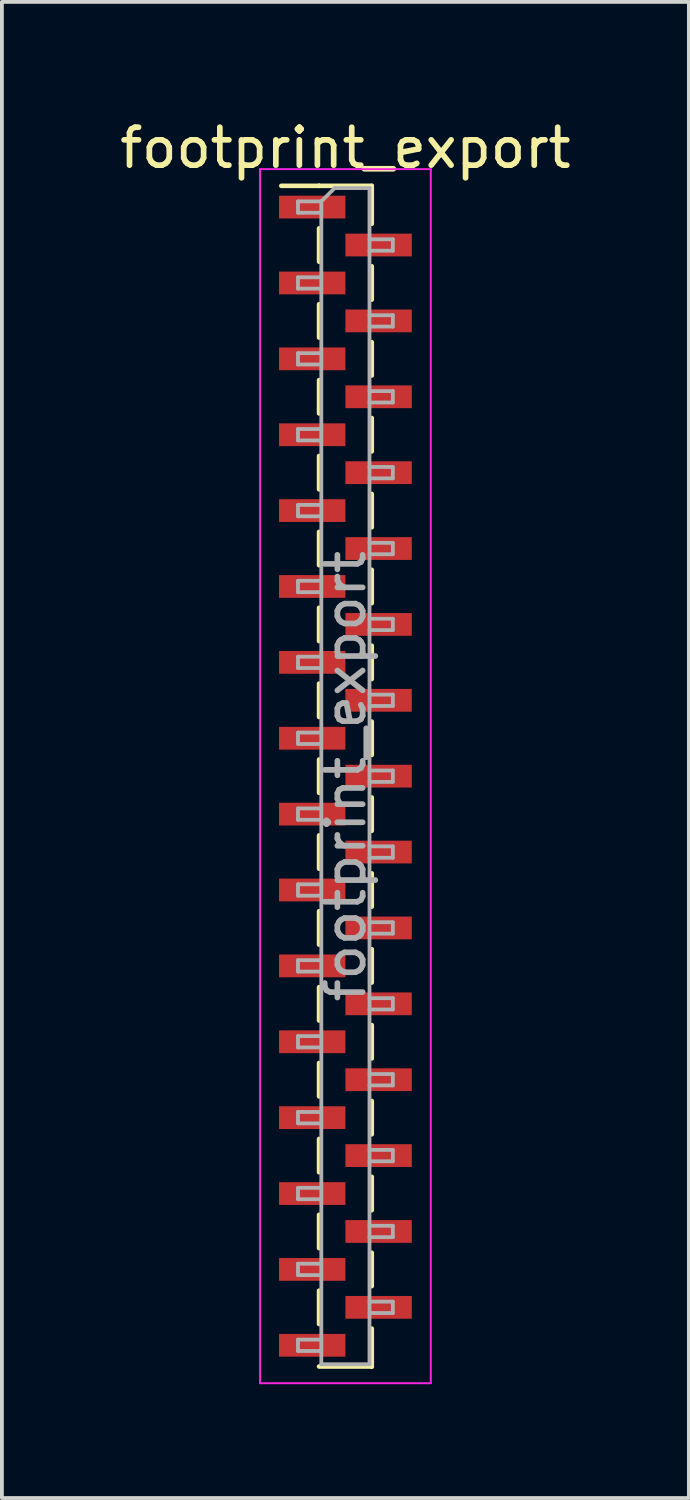
<source format=kicad_pcb>
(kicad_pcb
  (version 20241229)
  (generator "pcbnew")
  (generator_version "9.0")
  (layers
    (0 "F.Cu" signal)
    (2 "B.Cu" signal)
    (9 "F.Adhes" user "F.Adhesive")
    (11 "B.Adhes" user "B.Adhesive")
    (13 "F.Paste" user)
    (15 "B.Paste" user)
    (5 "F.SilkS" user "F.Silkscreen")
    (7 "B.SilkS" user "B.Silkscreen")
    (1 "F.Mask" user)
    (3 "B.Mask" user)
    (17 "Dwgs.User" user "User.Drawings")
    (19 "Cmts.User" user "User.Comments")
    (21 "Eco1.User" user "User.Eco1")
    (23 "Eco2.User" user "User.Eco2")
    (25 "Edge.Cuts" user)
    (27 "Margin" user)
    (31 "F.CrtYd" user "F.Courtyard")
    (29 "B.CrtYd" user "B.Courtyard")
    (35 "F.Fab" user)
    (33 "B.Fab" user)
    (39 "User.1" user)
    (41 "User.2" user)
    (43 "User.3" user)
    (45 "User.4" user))
  (footprint "footprint_export"
    (layer "F.Cu")
    (at 6.054 17.408)
    (property "Reference" "footprint_export" (at 0 -16.56 0) (layer "F.SilkS") (effects (font (size 1 1) (thickness 0.15))))
    (attr smd)
    (fp_line (start -0.695 -15.56) (end -1.69 -15.56) (stroke (width 0.12) (type solid)) (layer "F.SilkS"))
    (fp_line (start -0.695 -15.56) (end -0.695 -15.56) (stroke (width 0.12) (type solid)) (layer "F.SilkS"))
    (fp_line (start -0.695 -15.56) (end 0.695 -15.56) (stroke (width 0.12) (type solid)) (layer "F.SilkS"))
    (fp_line (start -0.695 -14.44) (end -0.695 -13.56) (stroke (width 0.12) (type solid)) (layer "F.SilkS"))
    (fp_line (start -0.695 -12.44) (end -0.695 -11.56) (stroke (width 0.12) (type solid)) (layer "F.SilkS"))
    (fp_line (start -0.695 -10.44) (end -0.695 -9.56) (stroke (width 0.12) (type solid)) (layer "F.SilkS"))
    (fp_line (start -0.695 -8.44) (end -0.695 -7.56) (stroke (width 0.12) (type solid)) (layer "F.SilkS"))
    (fp_line (start -0.695 -6.44) (end -0.695 -5.56) (stroke (width 0.12) (type solid)) (layer "F.SilkS"))
    (fp_line (start -0.695 -4.44) (end -0.695 -3.56) (stroke (width 0.12) (type solid)) (layer "F.SilkS"))
    (fp_line (start -0.695 -2.44) (end -0.695 -1.56) (stroke (width 0.12) (type solid)) (layer "F.SilkS"))
    (fp_line (start -0.695 -0.44) (end -0.695 0.44) (stroke (width 0.12) (type solid)) (layer "F.SilkS"))
    (fp_line (start -0.695 1.56) (end -0.695 2.44) (stroke (width 0.12) (type solid)) (layer "F.SilkS"))
    (fp_line (start -0.695 3.56) (end -0.695 4.44) (stroke (width 0.12) (type solid)) (layer "F.SilkS"))
    (fp_line (start -0.695 5.56) (end -0.695 6.44) (stroke (width 0.12) (type solid)) (layer "F.SilkS"))
    (fp_line (start -0.695 7.56) (end -0.695 8.44) (stroke (width 0.12) (type solid)) (layer "F.SilkS"))
    (fp_line (start -0.695 9.56) (end -0.695 10.44) (stroke (width 0.12) (type solid)) (layer "F.SilkS"))
    (fp_line (start -0.695 11.56) (end -0.695 12.44) (stroke (width 0.12) (type solid)) (layer "F.SilkS"))
    (fp_line (start -0.695 13.56) (end -0.695 14.44) (stroke (width 0.12) (type solid)) (layer "F.SilkS"))
    (fp_line (start -0.695 15.56) (end 0.695 15.56) (stroke (width 0.12) (type solid)) (layer "F.SilkS"))
    (fp_line (start 0.695 -15.56) (end 0.695 -14.56) (stroke (width 0.12) (type solid)) (layer "F.SilkS"))
    (fp_line (start 0.695 -13.44) (end 0.695 -12.56) (stroke (width 0.12) (type solid)) (layer "F.SilkS"))
    (fp_line (start 0.695 -11.44) (end 0.695 -10.56) (stroke (width 0.12) (type solid)) (layer "F.SilkS"))
    (fp_line (start 0.695 -9.44) (end 0.695 -8.56) (stroke (width 0.12) (type solid)) (layer "F.SilkS"))
    (fp_line (start 0.695 -7.44) (end 0.695 -6.56) (stroke (width 0.12) (type solid)) (layer "F.SilkS"))
    (fp_line (start 0.695 -5.44) (end 0.695 -4.56) (stroke (width 0.12) (type solid)) (layer "F.SilkS"))
    (fp_line (start 0.695 -3.44) (end 0.695 -2.56) (stroke (width 0.12) (type solid)) (layer "F.SilkS"))
    (fp_line (start 0.695 -1.44) (end 0.695 -0.56) (stroke (width 0.12) (type solid)) (layer "F.SilkS"))
    (fp_line (start 0.695 0.56) (end 0.695 1.44) (stroke (width 0.12) (type solid)) (layer "F.SilkS"))
    (fp_line (start 0.695 2.56) (end 0.695 3.44) (stroke (width 0.12) (type solid)) (layer "F.SilkS"))
    (fp_line (start 0.695 4.56) (end 0.695 5.44) (stroke (width 0.12) (type solid)) (layer "F.SilkS"))
    (fp_line (start 0.695 6.56) (end 0.695 7.44) (stroke (width 0.12) (type solid)) (layer "F.SilkS"))
    (fp_line (start 0.695 8.56) (end 0.695 9.44) (stroke (width 0.12) (type solid)) (layer "F.SilkS"))
    (fp_line (start 0.695 10.56) (end 0.695 11.44) (stroke (width 0.12) (type solid)) (layer "F.SilkS"))
    (fp_line (start 0.695 12.56) (end 0.695 13.44) (stroke (width 0.12) (type solid)) (layer "F.SilkS"))
    (fp_line (start 0.695 14.56) (end 0.695 15.56) (stroke (width 0.12) (type solid)) (layer "F.SilkS"))
    (fp_line (start 0.695 15.56) (end 0.695 15.56) (stroke (width 0.12) (type solid)) (layer "F.SilkS"))
    (fp_line (start -2.25 -16) (end -2.25 16) (stroke (width 0.05) (type solid)) (layer "F.CrtYd"))
    (fp_line (start -2.25 16) (end 2.25 16) (stroke (width 0.05) (type solid)) (layer "F.CrtYd"))
    (fp_line (start 2.25 -16) (end -2.25 -16) (stroke (width 0.05) (type solid)) (layer "F.CrtYd"))
    (fp_line (start 2.25 16) (end 2.25 -16) (stroke (width 0.05) (type solid)) (layer "F.CrtYd"))
    (fp_line (start -1.25 -15.15) (end -1.25 -14.85) (stroke (width 0.1) (type solid)) (layer "F.Fab"))
    (fp_line (start -1.25 -14.85) (end -0.635 -14.85) (stroke (width 0.1) (type solid)) (layer "F.Fab"))
    (fp_line (start -1.25 -13.15) (end -1.25 -12.85) (stroke (width 0.1) (type solid)) (layer "F.Fab"))
    (fp_line (start -1.25 -12.85) (end -0.635 -12.85) (stroke (width 0.1) (type solid)) (layer "F.Fab"))
    (fp_line (start -1.25 -11.15) (end -1.25 -10.85) (stroke (width 0.1) (type solid)) (layer "F.Fab"))
    (fp_line (start -1.25 -10.85) (end -0.635 -10.85) (stroke (width 0.1) (type solid)) (layer "F.Fab"))
    (fp_line (start -1.25 -9.15) (end -1.25 -8.85) (stroke (width 0.1) (type solid)) (layer "F.Fab"))
    (fp_line (start -1.25 -8.85) (end -0.635 -8.85) (stroke (width 0.1) (type solid)) (layer "F.Fab"))
    (fp_line (start -1.25 -7.15) (end -1.25 -6.85) (stroke (width 0.1) (type solid)) (layer "F.Fab"))
    (fp_line (start -1.25 -6.85) (end -0.635 -6.85) (stroke (width 0.1) (type solid)) (layer "F.Fab"))
    (fp_line (start -1.25 -5.15) (end -1.25 -4.85) (stroke (width 0.1) (type solid)) (layer "F.Fab"))
    (fp_line (start -1.25 -4.85) (end -0.635 -4.85) (stroke (width 0.1) (type solid)) (layer "F.Fab"))
    (fp_line (start -1.25 -3.15) (end -1.25 -2.85) (stroke (width 0.1) (type solid)) (layer "F.Fab"))
    (fp_line (start -1.25 -2.85) (end -0.635 -2.85) (stroke (width 0.1) (type solid)) (layer "F.Fab"))
    (fp_line (start -1.25 -1.15) (end -1.25 -0.85) (stroke (width 0.1) (type solid)) (layer "F.Fab"))
    (fp_line (start -1.25 -0.85) (end -0.635 -0.85) (stroke (width 0.1) (type solid)) (layer "F.Fab"))
    (fp_line (start -1.25 0.85) (end -1.25 1.15) (stroke (width 0.1) (type solid)) (layer "F.Fab"))
    (fp_line (start -1.25 1.15) (end -0.635 1.15) (stroke (width 0.1) (type solid)) (layer "F.Fab"))
    (fp_line (start -1.25 2.85) (end -1.25 3.15) (stroke (width 0.1) (type solid)) (layer "F.Fab"))
    (fp_line (start -1.25 3.15) (end -0.635 3.15) (stroke (width 0.1) (type solid)) (layer "F.Fab"))
    (fp_line (start -1.25 4.85) (end -1.25 5.15) (stroke (width 0.1) (type solid)) (layer "F.Fab"))
    (fp_line (start -1.25 5.15) (end -0.635 5.15) (stroke (width 0.1) (type solid)) (layer "F.Fab"))
    (fp_line (start -1.25 6.85) (end -1.25 7.15) (stroke (width 0.1) (type solid)) (layer "F.Fab"))
    (fp_line (start -1.25 7.15) (end -0.635 7.15) (stroke (width 0.1) (type solid)) (layer "F.Fab"))
    (fp_line (start -1.25 8.85) (end -1.25 9.15) (stroke (width 0.1) (type solid)) (layer "F.Fab"))
    (fp_line (start -1.25 9.15) (end -0.635 9.15) (stroke (width 0.1) (type solid)) (layer "F.Fab"))
    (fp_line (start -1.25 10.85) (end -1.25 11.15) (stroke (width 0.1) (type solid)) (layer "F.Fab"))
    (fp_line (start -1.25 11.15) (end -0.635 11.15) (stroke (width 0.1) (type solid)) (layer "F.Fab"))
    (fp_line (start -1.25 12.85) (end -1.25 13.15) (stroke (width 0.1) (type solid)) (layer "F.Fab"))
    (fp_line (start -1.25 13.15) (end -0.635 13.15) (stroke (width 0.1) (type solid)) (layer "F.Fab"))
    (fp_line (start -1.25 14.85) (end -1.25 15.15) (stroke (width 0.1) (type solid)) (layer "F.Fab"))
    (fp_line (start -1.25 15.15) (end -0.635 15.15) (stroke (width 0.1) (type solid)) (layer "F.Fab"))
    (fp_line (start -0.635 -15.15) (end -1.25 -15.15) (stroke (width 0.1) (type solid)) (layer "F.Fab"))
    (fp_line (start -0.635 -15.15) (end -0.285 -15.5) (stroke (width 0.1) (type solid)) (layer "F.Fab"))
    (fp_line (start -0.635 -13.15) (end -1.25 -13.15) (stroke (width 0.1) (type solid)) (layer "F.Fab"))
    (fp_line (start -0.635 -11.15) (end -1.25 -11.15) (stroke (width 0.1) (type solid)) (layer "F.Fab"))
    (fp_line (start -0.635 -9.15) (end -1.25 -9.15) (stroke (width 0.1) (type solid)) (layer "F.Fab"))
    (fp_line (start -0.635 -7.15) (end -1.25 -7.15) (stroke (width 0.1) (type solid)) (layer "F.Fab"))
    (fp_line (start -0.635 -5.15) (end -1.25 -5.15) (stroke (width 0.1) (type solid)) (layer "F.Fab"))
    (fp_line (start -0.635 -3.15) (end -1.25 -3.15) (stroke (width 0.1) (type solid)) (layer "F.Fab"))
    (fp_line (start -0.635 -1.15) (end -1.25 -1.15) (stroke (width 0.1) (type solid)) (layer "F.Fab"))
    (fp_line (start -0.635 0.85) (end -1.25 0.85) (stroke (width 0.1) (type solid)) (layer "F.Fab"))
    (fp_line (start -0.635 2.85) (end -1.25 2.85) (stroke (width 0.1) (type solid)) (layer "F.Fab"))
    (fp_line (start -0.635 4.85) (end -1.25 4.85) (stroke (width 0.1) (type solid)) (layer "F.Fab"))
    (fp_line (start -0.635 6.85) (end -1.25 6.85) (stroke (width 0.1) (type solid)) (layer "F.Fab"))
    (fp_line (start -0.635 8.85) (end -1.25 8.85) (stroke (width 0.1) (type solid)) (layer "F.Fab"))
    (fp_line (start -0.635 10.85) (end -1.25 10.85) (stroke (width 0.1) (type solid)) (layer "F.Fab"))
    (fp_line (start -0.635 12.85) (end -1.25 12.85) (stroke (width 0.1) (type solid)) (layer "F.Fab"))
    (fp_line (start -0.635 14.85) (end -1.25 14.85) (stroke (width 0.1) (type solid)) (layer "F.Fab"))
    (fp_line (start -0.635 15.5) (end -0.635 -15.15) (stroke (width 0.1) (type solid)) (layer "F.Fab"))
    (fp_line (start -0.285 -15.5) (end 0.635 -15.5) (stroke (width 0.1) (type solid)) (layer "F.Fab"))
    (fp_line (start 0.635 -15.5) (end 0.635 15.5) (stroke (width 0.1) (type solid)) (layer "F.Fab"))
    (fp_line (start 0.635 -14.15) (end 1.25 -14.15) (stroke (width 0.1) (type solid)) (layer "F.Fab"))
    (fp_line (start 0.635 -12.15) (end 1.25 -12.15) (stroke (width 0.1) (type solid)) (layer "F.Fab"))
    (fp_line (start 0.635 -10.15) (end 1.25 -10.15) (stroke (width 0.1) (type solid)) (layer "F.Fab"))
    (fp_line (start 0.635 -8.15) (end 1.25 -8.15) (stroke (width 0.1) (type solid)) (layer "F.Fab"))
    (fp_line (start 0.635 -6.15) (end 1.25 -6.15) (stroke (width 0.1) (type solid)) (layer "F.Fab"))
    (fp_line (start 0.635 -4.15) (end 1.25 -4.15) (stroke (width 0.1) (type solid)) (layer "F.Fab"))
    (fp_line (start 0.635 -2.15) (end 1.25 -2.15) (stroke (width 0.1) (type solid)) (layer "F.Fab"))
    (fp_line (start 0.635 -0.15) (end 1.25 -0.15) (stroke (width 0.1) (type solid)) (layer "F.Fab"))
    (fp_line (start 0.635 1.85) (end 1.25 1.85) (stroke (width 0.1) (type solid)) (layer "F.Fab"))
    (fp_line (start 0.635 3.85) (end 1.25 3.85) (stroke (width 0.1) (type solid)) (layer "F.Fab"))
    (fp_line (start 0.635 5.85) (end 1.25 5.85) (stroke (width 0.1) (type solid)) (layer "F.Fab"))
    (fp_line (start 0.635 7.85) (end 1.25 7.85) (stroke (width 0.1) (type solid)) (layer "F.Fab"))
    (fp_line (start 0.635 9.85) (end 1.25 9.85) (stroke (width 0.1) (type solid)) (layer "F.Fab"))
    (fp_line (start 0.635 11.85) (end 1.25 11.85) (stroke (width 0.1) (type solid)) (layer "F.Fab"))
    (fp_line (start 0.635 13.85) (end 1.25 13.85) (stroke (width 0.1) (type solid)) (layer "F.Fab"))
    (fp_line (start 0.635 15.5) (end -0.635 15.5) (stroke (width 0.1) (type solid)) (layer "F.Fab"))
    (fp_line (start 1.25 -14.15) (end 1.25 -13.85) (stroke (width 0.1) (type solid)) (layer "F.Fab"))
    (fp_line (start 1.25 -13.85) (end 0.635 -13.85) (stroke (width 0.1) (type solid)) (layer "F.Fab"))
    (fp_line (start 1.25 -12.15) (end 1.25 -11.85) (stroke (width 0.1) (type solid)) (layer "F.Fab"))
    (fp_line (start 1.25 -11.85) (end 0.635 -11.85) (stroke (width 0.1) (type solid)) (layer "F.Fab"))
    (fp_line (start 1.25 -10.15) (end 1.25 -9.85) (stroke (width 0.1) (type solid)) (layer "F.Fab"))
    (fp_line (start 1.25 -9.85) (end 0.635 -9.85) (stroke (width 0.1) (type solid)) (layer "F.Fab"))
    (fp_line (start 1.25 -8.15) (end 1.25 -7.85) (stroke (width 0.1) (type solid)) (layer "F.Fab"))
    (fp_line (start 1.25 -7.85) (end 0.635 -7.85) (stroke (width 0.1) (type solid)) (layer "F.Fab"))
    (fp_line (start 1.25 -6.15) (end 1.25 -5.85) (stroke (width 0.1) (type solid)) (layer "F.Fab"))
    (fp_line (start 1.25 -5.85) (end 0.635 -5.85) (stroke (width 0.1) (type solid)) (layer "F.Fab"))
    (fp_line (start 1.25 -4.15) (end 1.25 -3.85) (stroke (width 0.1) (type solid)) (layer "F.Fab"))
    (fp_line (start 1.25 -3.85) (end 0.635 -3.85) (stroke (width 0.1) (type solid)) (layer "F.Fab"))
    (fp_line (start 1.25 -2.15) (end 1.25 -1.85) (stroke (width 0.1) (type solid)) (layer "F.Fab"))
    (fp_line (start 1.25 -1.85) (end 0.635 -1.85) (stroke (width 0.1) (type solid)) (layer "F.Fab"))
    (fp_line (start 1.25 -0.15) (end 1.25 0.15) (stroke (width 0.1) (type solid)) (layer "F.Fab"))
    (fp_line (start 1.25 0.15) (end 0.635 0.15) (stroke (width 0.1) (type solid)) (layer "F.Fab"))
    (fp_line (start 1.25 1.85) (end 1.25 2.15) (stroke (width 0.1) (type solid)) (layer "F.Fab"))
    (fp_line (start 1.25 2.15) (end 0.635 2.15) (stroke (width 0.1) (type solid)) (layer "F.Fab"))
    (fp_line (start 1.25 3.85) (end 1.25 4.15) (stroke (width 0.1) (type solid)) (layer "F.Fab"))
    (fp_line (start 1.25 4.15) (end 0.635 4.15) (stroke (width 0.1) (type solid)) (layer "F.Fab"))
    (fp_line (start 1.25 5.85) (end 1.25 6.15) (stroke (width 0.1) (type solid)) (layer "F.Fab"))
    (fp_line (start 1.25 6.15) (end 0.635 6.15) (stroke (width 0.1) (type solid)) (layer "F.Fab"))
    (fp_line (start 1.25 7.85) (end 1.25 8.15) (stroke (width 0.1) (type solid)) (layer "F.Fab"))
    (fp_line (start 1.25 8.15) (end 0.635 8.15) (stroke (width 0.1) (type solid)) (layer "F.Fab"))
    (fp_line (start 1.25 9.85) (end 1.25 10.15) (stroke (width 0.1) (type solid)) (layer "F.Fab"))
    (fp_line (start 1.25 10.15) (end 0.635 10.15) (stroke (width 0.1) (type solid)) (layer "F.Fab"))
    (fp_line (start 1.25 11.85) (end 1.25 12.15) (stroke (width 0.1) (type solid)) (layer "F.Fab"))
    (fp_line (start 1.25 12.15) (end 0.635 12.15) (stroke (width 0.1) (type solid)) (layer "F.Fab"))
    (fp_line (start 1.25 13.85) (end 1.25 14.15) (stroke (width 0.1) (type solid)) (layer "F.Fab"))
    (fp_line (start 1.25 14.15) (end 0.635 14.15) (stroke (width 0.1) (type solid)) (layer "F.Fab"))
    (fp_text user "${REFERENCE}" (at 0 0 90) (layer "F.Fab") (effects (font (size 1 1) (thickness 0.15))))
    (pad "1" smd rect (at -0.875 -15) (size 1.75 0.6) (layers "F.Cu" "F.Mask" "F.Paste"))
    (pad "2" smd rect (at 0.875 -14) (size 1.75 0.6) (layers "F.Cu" "F.Mask" "F.Paste"))
    (pad "3" smd rect (at -0.875 -13) (size 1.75 0.6) (layers "F.Cu" "F.Mask" "F.Paste"))
    (pad "4" smd rect (at 0.875 -12) (size 1.75 0.6) (layers "F.Cu" "F.Mask" "F.Paste"))
    (pad "5" smd rect (at -0.875 -11) (size 1.75 0.6) (layers "F.Cu" "F.Mask" "F.Paste"))
    (pad "6" smd rect (at 0.875 -10) (size 1.75 0.6) (layers "F.Cu" "F.Mask" "F.Paste"))
    (pad "7" smd rect (at -0.875 -9) (size 1.75 0.6) (layers "F.Cu" "F.Mask" "F.Paste"))
    (pad "8" smd rect (at 0.875 -8) (size 1.75 0.6) (layers "F.Cu" "F.Mask" "F.Paste"))
    (pad "9" smd rect (at -0.875 -7) (size 1.75 0.6) (layers "F.Cu" "F.Mask" "F.Paste"))
    (pad "10" smd rect (at 0.875 -6) (size 1.75 0.6) (layers "F.Cu" "F.Mask" "F.Paste"))
    (pad "11" smd rect (at -0.875 -5) (size 1.75 0.6) (layers "F.Cu" "F.Mask" "F.Paste"))
    (pad "12" smd rect (at 0.875 -4) (size 1.75 0.6) (layers "F.Cu" "F.Mask" "F.Paste"))
    (pad "13" smd rect (at -0.875 -3) (size 1.75 0.6) (layers "F.Cu" "F.Mask" "F.Paste"))
    (pad "14" smd rect (at 0.875 -2) (size 1.75 0.6) (layers "F.Cu" "F.Mask" "F.Paste"))
    (pad "15" smd rect (at -0.875 -1) (size 1.75 0.6) (layers "F.Cu" "F.Mask" "F.Paste"))
    (pad "16" smd rect (at 0.875 0) (size 1.75 0.6) (layers "F.Cu" "F.Mask" "F.Paste"))
    (pad "17" smd rect (at -0.875 1) (size 1.75 0.6) (layers "F.Cu" "F.Mask" "F.Paste"))
    (pad "18" smd rect (at 0.875 2) (size 1.75 0.6) (layers "F.Cu" "F.Mask" "F.Paste"))
    (pad "19" smd rect (at -0.875 3) (size 1.75 0.6) (layers "F.Cu" "F.Mask" "F.Paste"))
    (pad "20" smd rect (at 0.875 4) (size 1.75 0.6) (layers "F.Cu" "F.Mask" "F.Paste"))
    (pad "21" smd rect (at -0.875 5) (size 1.75 0.6) (layers "F.Cu" "F.Mask" "F.Paste"))
    (pad "22" smd rect (at 0.875 6) (size 1.75 0.6) (layers "F.Cu" "F.Mask" "F.Paste"))
    (pad "23" smd rect (at -0.875 7) (size 1.75 0.6) (layers "F.Cu" "F.Mask" "F.Paste"))
    (pad "24" smd rect (at 0.875 8) (size 1.75 0.6) (layers "F.Cu" "F.Mask" "F.Paste"))
    (pad "25" smd rect (at -0.875 9) (size 1.75 0.6) (layers "F.Cu" "F.Mask" "F.Paste"))
    (pad "26" smd rect (at 0.875 10) (size 1.75 0.6) (layers "F.Cu" "F.Mask" "F.Paste"))
    (pad "27" smd rect (at -0.875 11) (size 1.75 0.6) (layers "F.Cu" "F.Mask" "F.Paste"))
    (pad "28" smd rect (at 0.875 12) (size 1.75 0.6) (layers "F.Cu" "F.Mask" "F.Paste"))
    (pad "29" smd rect (at -0.875 13) (size 1.75 0.6) (layers "F.Cu" "F.Mask" "F.Paste"))
    (pad "30" smd rect (at 0.875 14) (size 1.75 0.6) (layers "F.Cu" "F.Mask" "F.Paste"))
    (pad "31" smd rect (at -0.875 15) (size 1.75 0.6) (layers "F.Cu" "F.Mask" "F.Paste")))
  (gr_rect
    (start -3 -3)
    (end 15.107 36.433)
    (stroke (width 0.1) (type default))
    (fill no)
    (layer "Edge.Cuts")))
</source>
